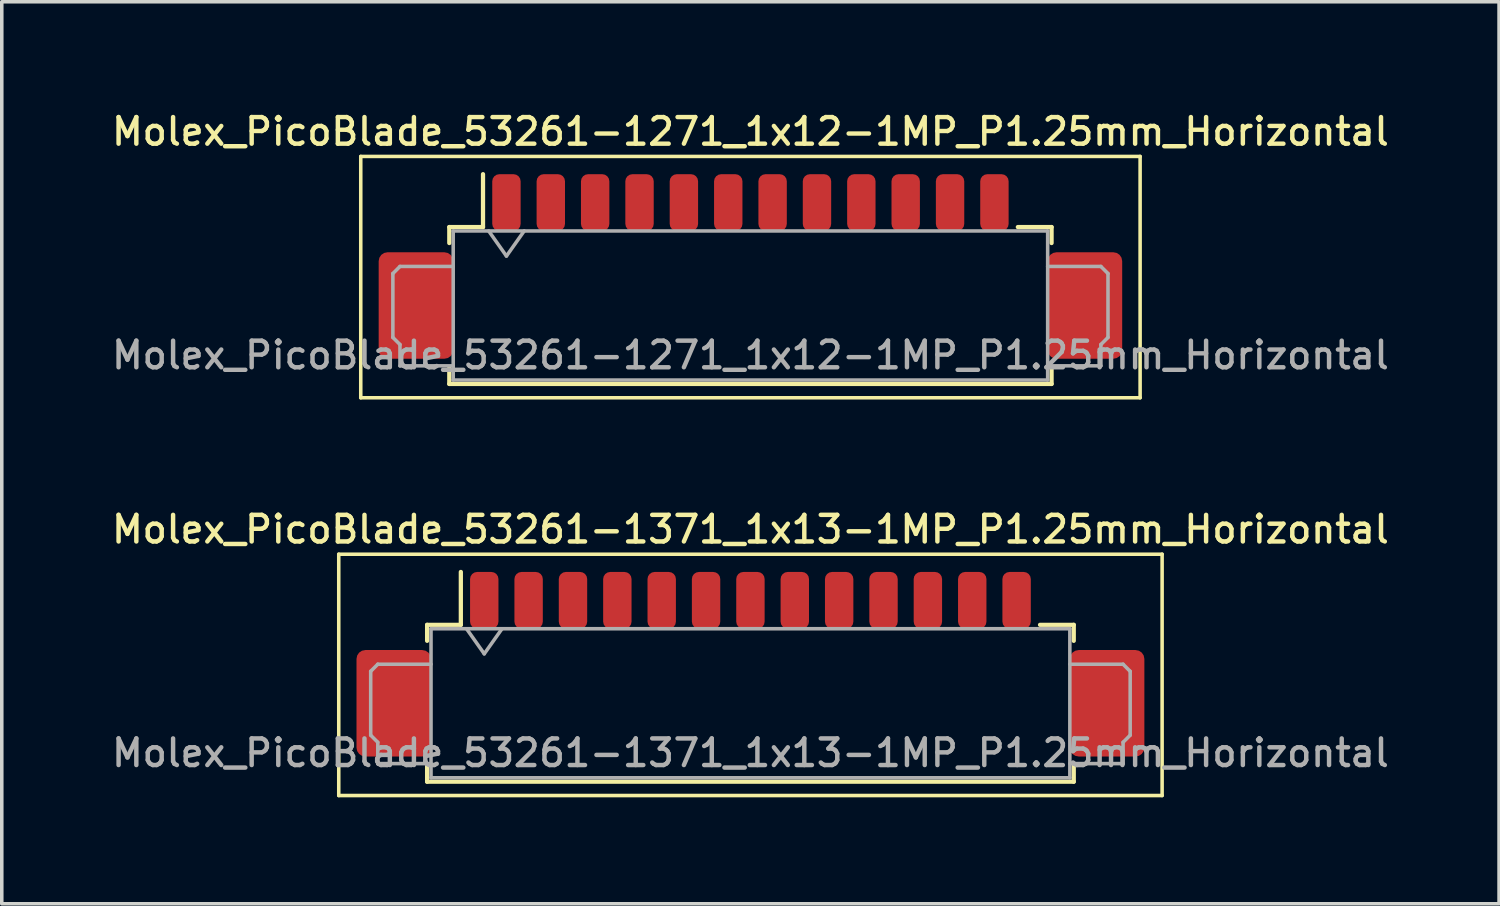
<source format=kicad_pcb>
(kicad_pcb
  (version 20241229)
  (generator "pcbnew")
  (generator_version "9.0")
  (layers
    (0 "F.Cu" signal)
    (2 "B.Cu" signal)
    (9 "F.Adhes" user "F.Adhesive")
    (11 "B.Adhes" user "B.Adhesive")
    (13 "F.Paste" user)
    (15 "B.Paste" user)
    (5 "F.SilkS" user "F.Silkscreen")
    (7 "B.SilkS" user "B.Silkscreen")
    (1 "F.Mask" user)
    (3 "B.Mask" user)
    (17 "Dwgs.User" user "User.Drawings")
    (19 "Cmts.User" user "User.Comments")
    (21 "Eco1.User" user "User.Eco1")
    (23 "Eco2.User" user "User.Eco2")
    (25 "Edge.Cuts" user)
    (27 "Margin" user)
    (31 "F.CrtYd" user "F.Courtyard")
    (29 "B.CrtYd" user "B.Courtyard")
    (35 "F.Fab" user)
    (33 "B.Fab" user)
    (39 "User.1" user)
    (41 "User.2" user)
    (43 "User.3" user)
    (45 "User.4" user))
  (footprint "Molex_PicoBlade_53261-1271_1x12-1MP_P1.25mm_Horizontal"
    (layer "F.Cu")
    (at 18.095 5.058)
    (property "Reference" "Molex_PicoBlade_53261-1271_1x12-1MP_P1.25mm_Horizontal" (at 0 -4.4 0) (layer "F.SilkS") (effects (font (size 0.75 0.75) (thickness 0.125))))
    (attr smd)
    (fp_line (start -10.98 -3.7) (end -10.98 3.1) (stroke (width 0.1) (type solid)) (layer "F.SilkS"))
    (fp_line (start -10.98 3.1) (end 10.98 3.1) (stroke (width 0.1) (type solid)) (layer "F.SilkS"))
    (fp_line (start -8.485 -1.71) (end -7.535 -1.71) (stroke (width 0.12) (type solid)) (layer "F.SilkS"))
    (fp_line (start -8.485 -1.26) (end -8.485 -1.71) (stroke (width 0.12) (type solid)) (layer "F.SilkS"))
    (fp_line (start -8.485 2.26) (end -8.485 2.71) (stroke (width 0.12) (type solid)) (layer "F.SilkS"))
    (fp_line (start -8.485 2.71) (end 8.485 2.71) (stroke (width 0.12) (type solid)) (layer "F.SilkS"))
    (fp_line (start -7.535 -1.71) (end -7.535 -3.2) (stroke (width 0.12) (type solid)) (layer "F.SilkS"))
    (fp_line (start 8.485 -1.71) (end 7.535 -1.71) (stroke (width 0.12) (type solid)) (layer "F.SilkS"))
    (fp_line (start 8.485 -1.26) (end 8.485 -1.71) (stroke (width 0.12) (type solid)) (layer "F.SilkS"))
    (fp_line (start 8.485 2.71) (end 8.485 2.26) (stroke (width 0.12) (type solid)) (layer "F.SilkS"))
    (fp_line (start 10.98 -3.7) (end -10.98 -3.7) (stroke (width 0.1) (type solid)) (layer "F.SilkS"))
    (fp_line (start 10.98 3.1) (end 10.98 -3.7) (stroke (width 0.1) (type solid)) (layer "F.SilkS"))
    (fp_line (start -10.075 -0.4) (end -10.075 1.4) (stroke (width 0.1) (type solid)) (layer "F.Fab"))
    (fp_line (start -10.075 1.4) (end -9.875 1.6) (stroke (width 0.1) (type solid)) (layer "F.Fab"))
    (fp_line (start -9.875 -0.6) (end -10.075 -0.4) (stroke (width 0.1) (type solid)) (layer "F.Fab"))
    (fp_line (start -9.875 1.6) (end -9.875 2.2) (stroke (width 0.1) (type solid)) (layer "F.Fab"))
    (fp_line (start -9.875 2.2) (end -8.375 2.2) (stroke (width 0.1) (type solid)) (layer "F.Fab"))
    (fp_line (start -8.375 -1.6) (end -8.375 2.6) (stroke (width 0.1) (type solid)) (layer "F.Fab"))
    (fp_line (start -8.375 -1.6) (end 8.375 -1.6) (stroke (width 0.1) (type solid)) (layer "F.Fab"))
    (fp_line (start -8.375 -0.6) (end -9.875 -0.6) (stroke (width 0.1) (type solid)) (layer "F.Fab"))
    (fp_line (start -8.375 2.6) (end 8.375 2.6) (stroke (width 0.1) (type solid)) (layer "F.Fab"))
    (fp_line (start -7.375 -1.6) (end -6.875 -0.893) (stroke (width 0.1) (type solid)) (layer "F.Fab"))
    (fp_line (start -6.875 -0.893) (end -6.375 -1.6) (stroke (width 0.1) (type solid)) (layer "F.Fab"))
    (fp_line (start 8.375 -1.6) (end 8.375 2.6) (stroke (width 0.1) (type solid)) (layer "F.Fab"))
    (fp_line (start 8.375 -0.6) (end 9.875 -0.6) (stroke (width 0.1) (type solid)) (layer "F.Fab"))
    (fp_line (start 9.875 -0.6) (end 10.075 -0.4) (stroke (width 0.1) (type solid)) (layer "F.Fab"))
    (fp_line (start 9.875 1.6) (end 9.875 2.2) (stroke (width 0.1) (type solid)) (layer "F.Fab"))
    (fp_line (start 9.875 2.2) (end 8.375 2.2) (stroke (width 0.1) (type solid)) (layer "F.Fab"))
    (fp_line (start 10.075 -0.4) (end 10.075 1.4) (stroke (width 0.1) (type solid)) (layer "F.Fab"))
    (fp_line (start 10.075 1.4) (end 9.875 1.6) (stroke (width 0.1) (type solid)) (layer "F.Fab"))
    (fp_text user "${REFERENCE}" (at 0 1.9 0) (layer "F.Fab") (effects (font (size 0.75 0.75) (thickness 0.125))))
    (pad "1" smd roundrect (at -6.875 -2.4) (size 0.8 1.6) (layers "F.Cu" "F.Mask" "F.Paste") (roundrect_rratio 0.25))
    (pad "2" smd roundrect (at -5.625 -2.4) (size 0.8 1.6) (layers "F.Cu" "F.Mask" "F.Paste") (roundrect_rratio 0.25))
    (pad "3" smd roundrect (at -4.375 -2.4) (size 0.8 1.6) (layers "F.Cu" "F.Mask" "F.Paste") (roundrect_rratio 0.25))
    (pad "4" smd roundrect (at -3.125 -2.4) (size 0.8 1.6) (layers "F.Cu" "F.Mask" "F.Paste") (roundrect_rratio 0.25))
    (pad "5" smd roundrect (at -1.875 -2.4) (size 0.8 1.6) (layers "F.Cu" "F.Mask" "F.Paste") (roundrect_rratio 0.25))
    (pad "6" smd roundrect (at -0.625 -2.4) (size 0.8 1.6) (layers "F.Cu" "F.Mask" "F.Paste") (roundrect_rratio 0.25))
    (pad "7" smd roundrect (at 0.625 -2.4) (size 0.8 1.6) (layers "F.Cu" "F.Mask" "F.Paste") (roundrect_rratio 0.25))
    (pad "8" smd roundrect (at 1.875 -2.4) (size 0.8 1.6) (layers "F.Cu" "F.Mask" "F.Paste") (roundrect_rratio 0.25))
    (pad "9" smd roundrect (at 3.125 -2.4) (size 0.8 1.6) (layers "F.Cu" "F.Mask" "F.Paste") (roundrect_rratio 0.25))
    (pad "10" smd roundrect (at 4.375 -2.4) (size 0.8 1.6) (layers "F.Cu" "F.Mask" "F.Paste") (roundrect_rratio 0.25))
    (pad "11" smd roundrect (at 5.625 -2.4) (size 0.8 1.6) (layers "F.Cu" "F.Mask" "F.Paste") (roundrect_rratio 0.25))
    (pad "12" smd roundrect (at 6.875 -2.4) (size 0.8 1.6) (layers "F.Cu" "F.Mask" "F.Paste") (roundrect_rratio 0.25))
    (pad "MP" smd roundrect (at -9.425 0.5) (size 2.1 3) (layers "F.Cu" "F.Mask" "F.Paste") (roundrect_rratio 0.119))
    (pad "MP" smd roundrect (at 9.425 0.5) (size 2.1 3) (layers "F.Cu" "F.Mask" "F.Paste") (roundrect_rratio 0.119)))
  (footprint "Molex_PicoBlade_53261-1371_1x13-1MP_P1.25mm_Horizontal"
    (layer "F.Cu")
    (at 18.095 16.266)
    (property "Reference" "Molex_PicoBlade_53261-1371_1x13-1MP_P1.25mm_Horizontal" (at 0 -4.4 0) (layer "F.SilkS") (effects (font (size 0.75 0.75) (thickness 0.125))))
    (attr smd)
    (fp_line (start -11.6 -3.7) (end -11.6 3.1) (stroke (width 0.1) (type solid)) (layer "F.SilkS"))
    (fp_line (start -11.6 3.1) (end 11.6 3.1) (stroke (width 0.1) (type solid)) (layer "F.SilkS"))
    (fp_line (start -9.11 -1.71) (end -8.16 -1.71) (stroke (width 0.12) (type solid)) (layer "F.SilkS"))
    (fp_line (start -9.11 -1.26) (end -9.11 -1.71) (stroke (width 0.12) (type solid)) (layer "F.SilkS"))
    (fp_line (start -9.11 2.26) (end -9.11 2.71) (stroke (width 0.12) (type solid)) (layer "F.SilkS"))
    (fp_line (start -9.11 2.71) (end 9.11 2.71) (stroke (width 0.12) (type solid)) (layer "F.SilkS"))
    (fp_line (start -8.16 -1.71) (end -8.16 -3.2) (stroke (width 0.12) (type solid)) (layer "F.SilkS"))
    (fp_line (start 9.11 -1.71) (end 8.16 -1.71) (stroke (width 0.12) (type solid)) (layer "F.SilkS"))
    (fp_line (start 9.11 -1.26) (end 9.11 -1.71) (stroke (width 0.12) (type solid)) (layer "F.SilkS"))
    (fp_line (start 9.11 2.71) (end 9.11 2.26) (stroke (width 0.12) (type solid)) (layer "F.SilkS"))
    (fp_line (start 11.6 -3.7) (end -11.6 -3.7) (stroke (width 0.1) (type solid)) (layer "F.SilkS"))
    (fp_line (start 11.6 3.1) (end 11.6 -3.7) (stroke (width 0.1) (type solid)) (layer "F.SilkS"))
    (fp_line (start -10.7 -0.4) (end -10.7 1.4) (stroke (width 0.1) (type solid)) (layer "F.Fab"))
    (fp_line (start -10.7 1.4) (end -10.5 1.6) (stroke (width 0.1) (type solid)) (layer "F.Fab"))
    (fp_line (start -10.5 -0.6) (end -10.7 -0.4) (stroke (width 0.1) (type solid)) (layer "F.Fab"))
    (fp_line (start -10.5 1.6) (end -10.5 2.2) (stroke (width 0.1) (type solid)) (layer "F.Fab"))
    (fp_line (start -10.5 2.2) (end -9 2.2) (stroke (width 0.1) (type solid)) (layer "F.Fab"))
    (fp_line (start -9 -1.6) (end -9 2.6) (stroke (width 0.1) (type solid)) (layer "F.Fab"))
    (fp_line (start -9 -1.6) (end 9 -1.6) (stroke (width 0.1) (type solid)) (layer "F.Fab"))
    (fp_line (start -9 -0.6) (end -10.5 -0.6) (stroke (width 0.1) (type solid)) (layer "F.Fab"))
    (fp_line (start -9 2.6) (end 9 2.6) (stroke (width 0.1) (type solid)) (layer "F.Fab"))
    (fp_line (start -8 -1.6) (end -7.5 -0.893) (stroke (width 0.1) (type solid)) (layer "F.Fab"))
    (fp_line (start -7.5 -0.893) (end -7 -1.6) (stroke (width 0.1) (type solid)) (layer "F.Fab"))
    (fp_line (start 9 -1.6) (end 9 2.6) (stroke (width 0.1) (type solid)) (layer "F.Fab"))
    (fp_line (start 9 -0.6) (end 10.5 -0.6) (stroke (width 0.1) (type solid)) (layer "F.Fab"))
    (fp_line (start 10.5 -0.6) (end 10.7 -0.4) (stroke (width 0.1) (type solid)) (layer "F.Fab"))
    (fp_line (start 10.5 1.6) (end 10.5 2.2) (stroke (width 0.1) (type solid)) (layer "F.Fab"))
    (fp_line (start 10.5 2.2) (end 9 2.2) (stroke (width 0.1) (type solid)) (layer "F.Fab"))
    (fp_line (start 10.7 -0.4) (end 10.7 1.4) (stroke (width 0.1) (type solid)) (layer "F.Fab"))
    (fp_line (start 10.7 1.4) (end 10.5 1.6) (stroke (width 0.1) (type solid)) (layer "F.Fab"))
    (fp_text user "${REFERENCE}" (at 0 1.9 0) (layer "F.Fab") (effects (font (size 0.75 0.75) (thickness 0.125))))
    (pad "1" smd roundrect (at -7.5 -2.4) (size 0.8 1.6) (layers "F.Cu" "F.Mask" "F.Paste") (roundrect_rratio 0.25))
    (pad "2" smd roundrect (at -6.25 -2.4) (size 0.8 1.6) (layers "F.Cu" "F.Mask" "F.Paste") (roundrect_rratio 0.25))
    (pad "3" smd roundrect (at -5 -2.4) (size 0.8 1.6) (layers "F.Cu" "F.Mask" "F.Paste") (roundrect_rratio 0.25))
    (pad "4" smd roundrect (at -3.75 -2.4) (size 0.8 1.6) (layers "F.Cu" "F.Mask" "F.Paste") (roundrect_rratio 0.25))
    (pad "5" smd roundrect (at -2.5 -2.4) (size 0.8 1.6) (layers "F.Cu" "F.Mask" "F.Paste") (roundrect_rratio 0.25))
    (pad "6" smd roundrect (at -1.25 -2.4) (size 0.8 1.6) (layers "F.Cu" "F.Mask" "F.Paste") (roundrect_rratio 0.25))
    (pad "7" smd roundrect (at 0 -2.4) (size 0.8 1.6) (layers "F.Cu" "F.Mask" "F.Paste") (roundrect_rratio 0.25))
    (pad "8" smd roundrect (at 1.25 -2.4) (size 0.8 1.6) (layers "F.Cu" "F.Mask" "F.Paste") (roundrect_rratio 0.25))
    (pad "9" smd roundrect (at 2.5 -2.4) (size 0.8 1.6) (layers "F.Cu" "F.Mask" "F.Paste") (roundrect_rratio 0.25))
    (pad "10" smd roundrect (at 3.75 -2.4) (size 0.8 1.6) (layers "F.Cu" "F.Mask" "F.Paste") (roundrect_rratio 0.25))
    (pad "11" smd roundrect (at 5 -2.4) (size 0.8 1.6) (layers "F.Cu" "F.Mask" "F.Paste") (roundrect_rratio 0.25))
    (pad "12" smd roundrect (at 6.25 -2.4) (size 0.8 1.6) (layers "F.Cu" "F.Mask" "F.Paste") (roundrect_rratio 0.25))
    (pad "13" smd roundrect (at 7.5 -2.4) (size 0.8 1.6) (layers "F.Cu" "F.Mask" "F.Paste") (roundrect_rratio 0.25))
    (pad "MP" smd roundrect (at -10.05 0.5) (size 2.1 3) (layers "F.Cu" "F.Mask" "F.Paste") (roundrect_rratio 0.119))
    (pad "MP" smd roundrect (at 10.05 0.5) (size 2.1 3) (layers "F.Cu" "F.Mask" "F.Paste") (roundrect_rratio 0.119)))
  (gr_rect
    (start -3 -3)
    (end 39.189 22.416)
    (stroke (width 0.1) (type default))
    (fill no)
    (layer "Edge.Cuts")))
</source>
